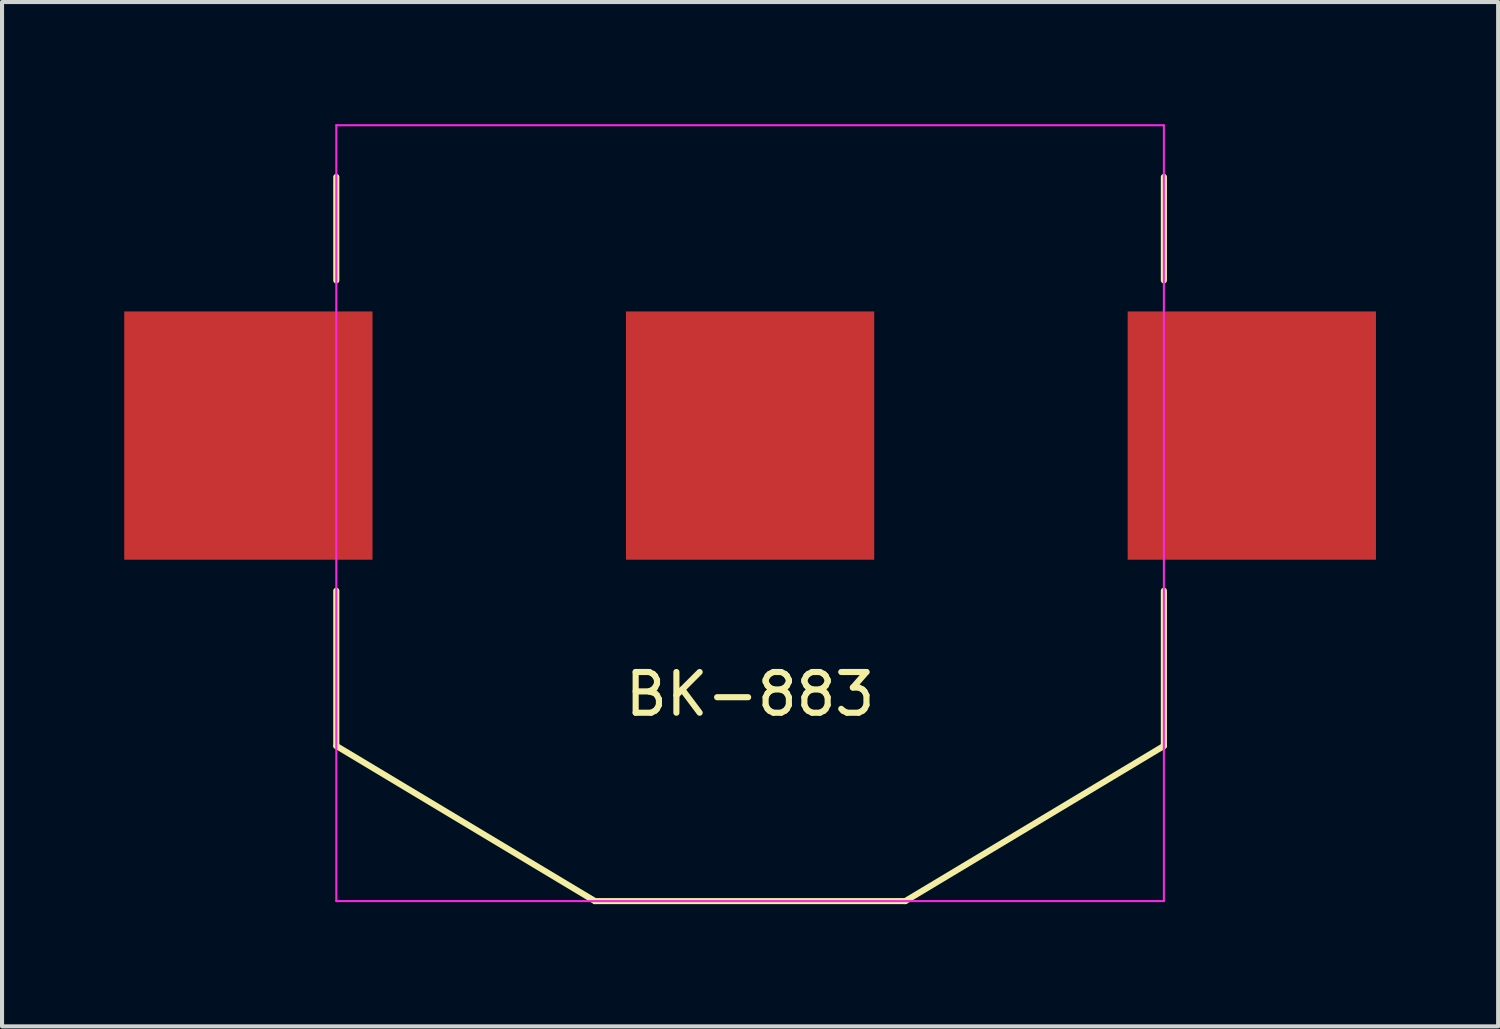
<source format=kicad_pcb>
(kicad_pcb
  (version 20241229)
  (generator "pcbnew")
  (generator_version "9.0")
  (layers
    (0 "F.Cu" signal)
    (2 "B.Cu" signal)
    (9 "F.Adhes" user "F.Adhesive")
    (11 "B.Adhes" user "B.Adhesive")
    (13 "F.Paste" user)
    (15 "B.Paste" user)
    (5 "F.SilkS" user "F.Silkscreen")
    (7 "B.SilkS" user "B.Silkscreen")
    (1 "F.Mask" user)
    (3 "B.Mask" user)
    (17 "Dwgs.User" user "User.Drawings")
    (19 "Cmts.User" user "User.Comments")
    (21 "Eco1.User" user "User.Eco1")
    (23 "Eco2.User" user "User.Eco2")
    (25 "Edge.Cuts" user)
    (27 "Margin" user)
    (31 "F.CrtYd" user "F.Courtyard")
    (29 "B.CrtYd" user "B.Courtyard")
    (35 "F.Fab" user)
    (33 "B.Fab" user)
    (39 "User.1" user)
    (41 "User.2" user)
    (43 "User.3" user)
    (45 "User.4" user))
  (footprint "BK-883"
    (layer "F.Cu")
    (at 15.367 7.645)
    (property "Reference" "BK-883" (at 0 6.35 0) (layer "F.SilkS") (effects (font (size 1 1) (thickness 0.15))))
    (attr smd)
    (fp_line (start -10.16 -3.81) (end -10.16 -6.35) (stroke (width 0.15) (type solid)) (layer "F.SilkS"))
    (fp_line (start -10.16 7.62) (end -10.16 3.81) (stroke (width 0.15) (type solid)) (layer "F.SilkS"))
    (fp_line (start -3.81 11.43) (end -10.16 7.62) (stroke (width 0.15) (type solid)) (layer "F.SilkS"))
    (fp_line (start -3.81 11.43) (end 3.81 11.43) (stroke (width 0.15) (type solid)) (layer "F.SilkS"))
    (fp_line (start 3.81 11.43) (end 10.16 7.62) (stroke (width 0.15) (type solid)) (layer "F.SilkS"))
    (fp_line (start 10.16 -3.81) (end 10.16 -6.35) (stroke (width 0.15) (type solid)) (layer "F.SilkS"))
    (fp_line (start 10.16 7.62) (end 10.16 3.81) (stroke (width 0.15) (type solid)) (layer "F.SilkS"))
    (fp_line (start -10.16 -7.62) (end 10.16 -7.62) (stroke (width 0.05) (type solid)) (layer "F.CrtYd"))
    (fp_line (start -10.16 11.43) (end -10.16 -7.62) (stroke (width 0.05) (type solid)) (layer "F.CrtYd"))
    (fp_line (start 10.16 -7.62) (end 10.16 11.43) (stroke (width 0.05) (type solid)) (layer "F.CrtYd"))
    (fp_line (start 10.16 11.43) (end -10.16 11.43) (stroke (width 0.05) (type solid)) (layer "F.CrtYd"))
    (pad "1" smd rect (at -12.319 0) (size 6.096 6.096) (layers "F.Cu" "F.Mask" "F.Paste"))
    (pad "1" smd rect (at 12.319 0) (size 6.096 6.096) (layers "F.Cu" "F.Mask" "F.Paste"))
    (pad "2" smd rect (at 0 0) (size 6.096 6.096) (layers "F.Cu" "F.Mask" "F.Paste")))
  (gr_rect
    (start -3 -3)
    (end 33.734 22.15)
    (stroke (width 0.1) (type default))
    (fill no)
    (layer "Edge.Cuts")))
</source>
